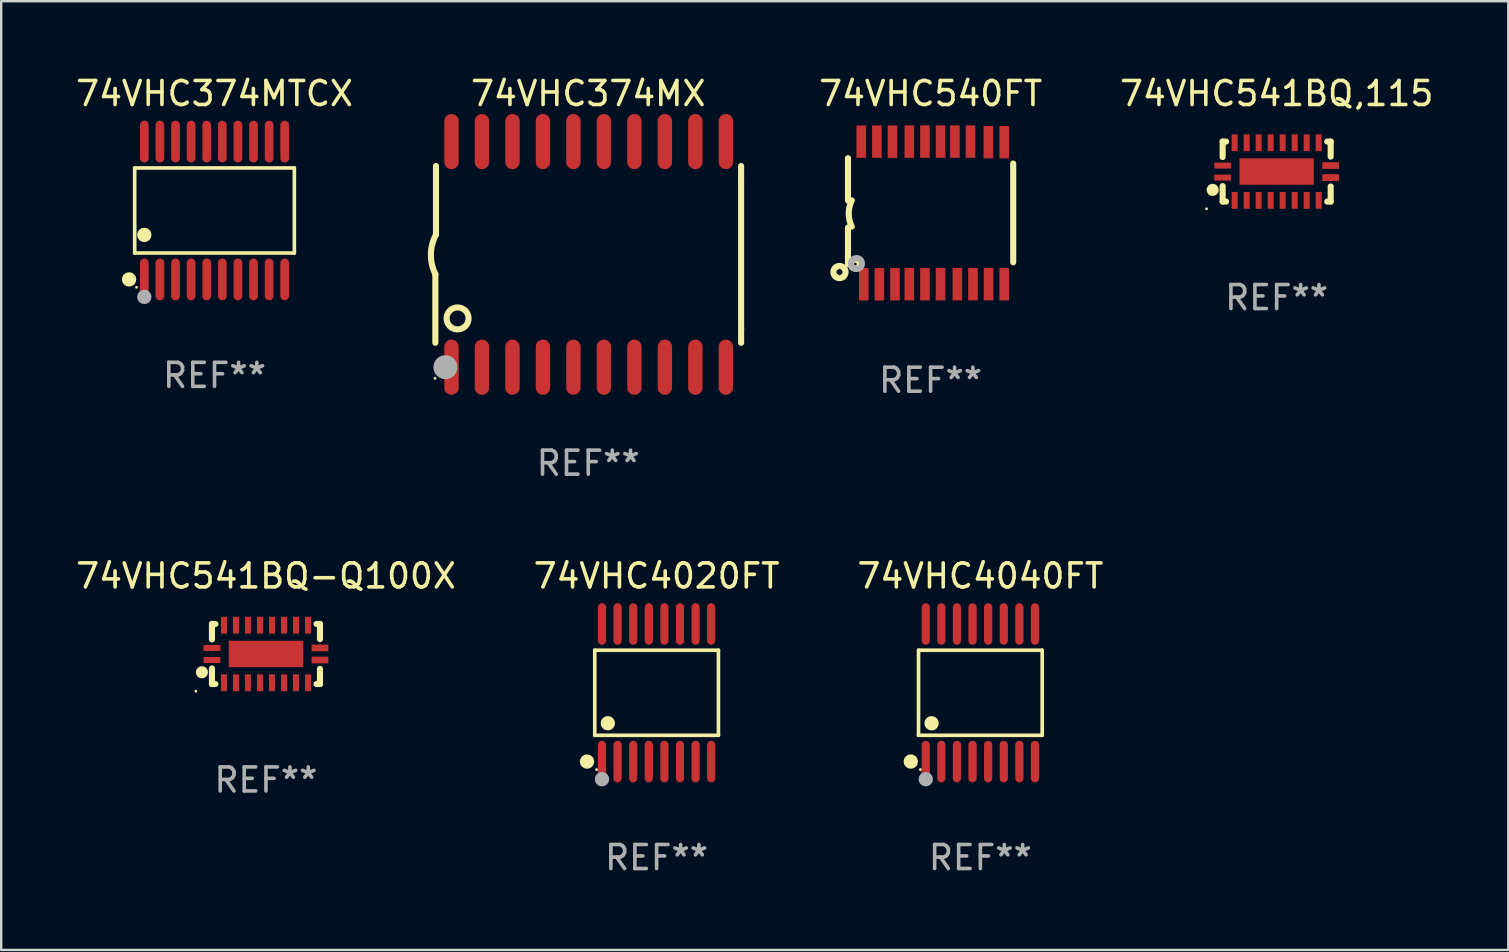
<source format=kicad_pcb>
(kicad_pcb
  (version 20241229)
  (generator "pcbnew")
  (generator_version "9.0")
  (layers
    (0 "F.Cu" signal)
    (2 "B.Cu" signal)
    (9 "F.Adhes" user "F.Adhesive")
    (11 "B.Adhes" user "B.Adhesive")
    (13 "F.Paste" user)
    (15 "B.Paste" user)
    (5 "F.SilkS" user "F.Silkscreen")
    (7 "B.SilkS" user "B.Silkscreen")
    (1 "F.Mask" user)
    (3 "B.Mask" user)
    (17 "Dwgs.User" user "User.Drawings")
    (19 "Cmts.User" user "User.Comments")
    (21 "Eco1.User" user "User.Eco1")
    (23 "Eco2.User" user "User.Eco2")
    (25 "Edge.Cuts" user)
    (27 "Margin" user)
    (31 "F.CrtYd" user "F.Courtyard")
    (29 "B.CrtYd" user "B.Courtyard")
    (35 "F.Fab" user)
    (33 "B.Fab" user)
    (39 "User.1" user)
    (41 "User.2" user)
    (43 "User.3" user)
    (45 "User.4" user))
  (footprint "74VHC374MTCX"
    (layer "F.Cu")
    (at 5.887 5.719)
    (property "Reference" "74VHC374MTCX" (at 0 -4.871 0) (layer "F.SilkS") (effects (font (size 1 1) (thickness 0.15))))
    (attr through_hole)
    (fp_line (start -3.326 -1.771) (end 3.326 -1.771) (stroke (width 0.152) (type solid)) (layer "F.SilkS"))
    (fp_line (start -3.326 1.771) (end -3.326 -1.771) (stroke (width 0.152) (type solid)) (layer "F.SilkS"))
    (fp_line (start 3.326 -1.771) (end 3.326 1.771) (stroke (width 0.152) (type solid)) (layer "F.SilkS"))
    (fp_line (start 3.326 1.771) (end -3.326 1.771) (stroke (width 0.152) (type solid)) (layer "F.SilkS"))
    (fp_circle (center -3.559 2.871) (end -3.409 2.871) (stroke (width 0.3) (type solid)) (fill no) (layer "F.SilkS"))
    (fp_circle (center -3.25 3.2) (end -3.22 3.2) (stroke (width 0.06) (type solid)) (fill no) (layer "F.SilkS"))
    (fp_circle (center -2.925 1.019) (end -2.775 1.019) (stroke (width 0.3) (type solid)) (fill no) (layer "F.SilkS"))
    (fp_circle (center -2.925 3.6) (end -2.775 3.6) (stroke (width 0.3) (type solid)) (fill no) (layer "F.Fab"))
    (fp_text user "REF**" (at 0 6.871 0) (layer "F.Fab") (effects (font (size 1 1) (thickness 0.15))))
    (pad "1" smd oval (at -2.925 2.871) (size 0.364 1.742) (layers "F.Cu" "F.Mask" "F.Paste"))
    (pad "2" smd oval (at -2.275 2.871) (size 0.364 1.742) (layers "F.Cu" "F.Mask" "F.Paste"))
    (pad "3" smd oval (at -1.625 2.871) (size 0.364 1.742) (layers "F.Cu" "F.Mask" "F.Paste"))
    (pad "4" smd oval (at -0.975 2.871) (size 0.364 1.742) (layers "F.Cu" "F.Mask" "F.Paste"))
    (pad "5" smd oval (at -0.325 2.871) (size 0.364 1.742) (layers "F.Cu" "F.Mask" "F.Paste"))
    (pad "6" smd oval (at 0.325 2.871) (size 0.364 1.742) (layers "F.Cu" "F.Mask" "F.Paste"))
    (pad "7" smd oval (at 0.975 2.871) (size 0.364 1.742) (layers "F.Cu" "F.Mask" "F.Paste"))
    (pad "8" smd oval (at 1.625 2.871) (size 0.364 1.742) (layers "F.Cu" "F.Mask" "F.Paste"))
    (pad "9" smd oval (at 2.275 2.871) (size 0.364 1.742) (layers "F.Cu" "F.Mask" "F.Paste"))
    (pad "10" smd oval (at 2.925 2.871) (size 0.364 1.742) (layers "F.Cu" "F.Mask" "F.Paste"))
    (pad "11" smd oval (at 2.925 -2.871) (size 0.364 1.742) (layers "F.Cu" "F.Mask" "F.Paste"))
    (pad "12" smd oval (at 2.275 -2.871) (size 0.364 1.742) (layers "F.Cu" "F.Mask" "F.Paste"))
    (pad "13" smd oval (at 1.625 -2.871) (size 0.364 1.742) (layers "F.Cu" "F.Mask" "F.Paste"))
    (pad "14" smd oval (at 0.975 -2.871) (size 0.364 1.742) (layers "F.Cu" "F.Mask" "F.Paste"))
    (pad "15" smd oval (at 0.325 -2.871) (size 0.364 1.742) (layers "F.Cu" "F.Mask" "F.Paste"))
    (pad "16" smd oval (at -0.325 -2.871) (size 0.364 1.742) (layers "F.Cu" "F.Mask" "F.Paste"))
    (pad "17" smd oval (at -0.975 -2.871) (size 0.364 1.742) (layers "F.Cu" "F.Mask" "F.Paste"))
    (pad "18" smd oval (at -1.625 -2.871) (size 0.364 1.742) (layers "F.Cu" "F.Mask" "F.Paste"))
    (pad "19" smd oval (at -2.275 -2.871) (size 0.364 1.742) (layers "F.Cu" "F.Mask" "F.Paste"))
    (pad "20" smd oval (at -2.925 -2.871) (size 0.364 1.742) (layers "F.Cu" "F.Mask" "F.Paste")))
  (footprint "74VHC374MX"
    (layer "F.Cu")
    (at 21.456 7.548)
    (property "Reference" "74VHC374MX" (at 0 -6.7 0) (layer "F.SilkS") (effects (font (size 1 1) (thickness 0.15))))
    (attr through_hole)
    (fp_line (start -6.369 0.826) (end -6.369 3.683) (stroke (width 0.254) (type solid)) (layer "F.SilkS"))
    (fp_line (start -6.343 -0.825) (end -6.343 -3.683) (stroke (width 0.254) (type solid)) (layer "F.SilkS"))
    (fp_line (start 6.369 -3.048) (end 6.369 -3.683) (stroke (width 0.254) (type solid)) (layer "F.SilkS"))
    (fp_line (start 6.369 -3.048) (end 6.369 3.096) (stroke (width 0.254) (type solid)) (layer "F.SilkS"))
    (fp_line (start 6.369 3.096) (end 6.369 3.683) (stroke (width 0.254) (type solid)) (layer "F.SilkS"))
    (fp_arc (start -6.36853 0.825552) (mid -6.554743 -0.00301) (end -6.343129 -0.825451) (stroke (width 0.254001) (type solid)) (layer "F.SilkS"))
    (fp_circle (center -6.382 5.163) (end -6.352 5.163) (stroke (width 0.06) (type solid)) (fill no) (layer "F.SilkS"))
    (fp_circle (center -5.443 2.667) (end -4.985 2.667) (stroke (width 0.254) (type solid)) (fill no) (layer "F.SilkS"))
    (fp_circle (center -5.951 4.699) (end -5.701 4.699) (stroke (width 0.5) (type solid)) (fill no) (layer "F.Fab"))
    (fp_text user "REF**" (at 0 8.7 0) (layer "F.Fab") (effects (font (size 1 1) (thickness 0.15))))
    (pad "1" smd oval (at -5.697 4.7 180) (size 0.6 2.3) (layers "F.Cu" "F.Mask" "F.Paste"))
    (pad "2" smd oval (at -4.427 4.7 180) (size 0.6 2.3) (layers "F.Cu" "F.Mask" "F.Paste"))
    (pad "3" smd oval (at -3.157 4.7 180) (size 0.6 2.3) (layers "F.Cu" "F.Mask" "F.Paste"))
    (pad "4" smd oval (at -1.887 4.7 180) (size 0.6 2.3) (layers "F.Cu" "F.Mask" "F.Paste"))
    (pad "5" smd oval (at -0.617 4.7 180) (size 0.6 2.3) (layers "F.Cu" "F.Mask" "F.Paste"))
    (pad "6" smd oval (at 0.653 4.7 180) (size 0.6 2.3) (layers "F.Cu" "F.Mask" "F.Paste"))
    (pad "7" smd oval (at 1.923 4.7 180) (size 0.6 2.3) (layers "F.Cu" "F.Mask" "F.Paste"))
    (pad "8" smd oval (at 3.193 4.7 180) (size 0.6 2.3) (layers "F.Cu" "F.Mask" "F.Paste"))
    (pad "9" smd oval (at 4.463 4.7 180) (size 0.6 2.3) (layers "F.Cu" "F.Mask" "F.Paste"))
    (pad "10" smd oval (at 5.734 4.7 180) (size 0.6 2.3) (layers "F.Cu" "F.Mask" "F.Paste"))
    (pad "11" smd oval (at 5.734 -4.7 180) (size 0.6 2.3) (layers "F.Cu" "F.Mask" "F.Paste"))
    (pad "12" smd oval (at 4.463 -4.7 180) (size 0.6 2.3) (layers "F.Cu" "F.Mask" "F.Paste"))
    (pad "13" smd oval (at 3.193 -4.7 180) (size 0.6 2.3) (layers "F.Cu" "F.Mask" "F.Paste"))
    (pad "14" smd oval (at 1.923 -4.7 180) (size 0.6 2.3) (layers "F.Cu" "F.Mask" "F.Paste"))
    (pad "15" smd oval (at 0.653 -4.7 180) (size 0.6 2.3) (layers "F.Cu" "F.Mask" "F.Paste"))
    (pad "16" smd oval (at -0.617 -4.7 180) (size 0.6 2.3) (layers "F.Cu" "F.Mask" "F.Paste"))
    (pad "17" smd oval (at -1.887 -4.7 180) (size 0.6 2.3) (layers "F.Cu" "F.Mask" "F.Paste"))
    (pad "18" smd oval (at -3.157 -4.7 180) (size 0.6 2.3) (layers "F.Cu" "F.Mask" "F.Paste"))
    (pad "19" smd oval (at -4.427 -4.7 180) (size 0.6 2.3) (layers "F.Cu" "F.Mask" "F.Paste"))
    (pad "20" smd oval (at -5.697 -4.7 180) (size 0.6 2.3) (layers "F.Cu" "F.Mask" "F.Paste")))
  (footprint "74VHC540FT"
    (layer "F.Cu")
    (at 35.719 5.82)
    (property "Reference" "74VHC540FT" (at 0 -4.972 0) (layer "F.SilkS") (effects (font (size 1 1) (thickness 0.15))))
    (attr through_hole)
    (fp_line (start -3.442 -0.514) (end -3.442 -2.28) (stroke (width 0.254) (type solid)) (layer "F.SilkS"))
    (fp_line (start -3.442 0.61) (end -3.442 2.134) (stroke (width 0.254) (type solid)) (layer "F.SilkS"))
    (fp_line (start 3.442 -2.057) (end 3.442 2.057) (stroke (width 0.254) (type solid)) (layer "F.SilkS"))
    (fp_arc (start -3.282957 0.571502) (mid -3.411874 0.0254) (end -3.282957 -0.520701) (stroke (width 0.254001) (type solid)) (layer "F.SilkS"))
    (fp_circle (center -3.797 2.464) (end -3.543 2.464) (stroke (width 0.254) (type solid)) (fill no) (layer "F.SilkS"))
    (fp_circle (center -3.137 2.134) (end -3.077 2.134) (stroke (width 0.254) (type solid)) (fill no) (layer "F.SilkS"))
    (fp_circle (center -3.086 2.108) (end -2.986 2.108) (stroke (width 0.254) (type solid)) (fill no) (layer "F.Fab"))
    (fp_text user "REF**" (at 0 6.972 0) (layer "F.Fab") (effects (font (size 1 1) (thickness 0.15))))
    (pad "1" smd rect (at -2.784 2.972 90) (size 1.35 0.4) (layers "F.Cu" "F.Mask" "F.Paste"))
    (pad "2" smd rect (at -2.134 2.972 270) (size 1.35 0.4) (layers "F.Cu" "F.Mask" "F.Paste"))
    (pad "3" smd rect (at -1.485 2.971 270) (size 1.35 0.4) (layers "F.Cu" "F.Mask" "F.Paste"))
    (pad "4" smd rect (at -0.886 2.971 270) (size 1.35 0.4) (layers "F.Cu" "F.Mask" "F.Paste"))
    (pad "5" smd rect (at -0.236 2.972 270) (size 1.35 0.4) (layers "F.Cu" "F.Mask" "F.Paste"))
    (pad "6" smd rect (at 0.414 2.97 270) (size 1.35 0.4) (layers "F.Cu" "F.Mask" "F.Paste"))
    (pad "7" smd rect (at 1.115 2.97 270) (size 1.35 0.4) (layers "F.Cu" "F.Mask" "F.Paste"))
    (pad "8" smd rect (at 1.765 2.969 270) (size 1.35 0.4) (layers "F.Cu" "F.Mask" "F.Paste"))
    (pad "9" smd rect (at 2.415 2.969 270) (size 1.35 0.4) (layers "F.Cu" "F.Mask" "F.Paste"))
    (pad "10" smd rect (at 3.066 2.972 270) (size 1.35 0.4) (layers "F.Cu" "F.Mask" "F.Paste"))
    (pad "11" smd rect (at 3.066 -2.947 270) (size 1.35 0.4) (layers "F.Cu" "F.Mask" "F.Paste"))
    (pad "12" smd rect (at 2.405 -2.947 270) (size 1.35 0.4) (layers "F.Cu" "F.Mask" "F.Paste"))
    (pad "13" smd rect (at 1.662 -2.972 90) (size 1.35 0.4) (layers "F.Cu" "F.Mask" "F.Paste"))
    (pad "14" smd rect (at 1.012 -2.972 90) (size 1.35 0.4) (layers "F.Cu" "F.Mask" "F.Paste"))
    (pad "15" smd rect (at 0.414 -2.971 90) (size 1.35 0.4) (layers "F.Cu" "F.Mask" "F.Paste"))
    (pad "16" smd rect (at -0.236 -2.972 90) (size 1.35 0.4) (layers "F.Cu" "F.Mask" "F.Paste"))
    (pad "17" smd rect (at -0.886 -2.97 90) (size 1.35 0.4) (layers "F.Cu" "F.Mask" "F.Paste"))
    (pad "18" smd rect (at -1.588 -2.97 90) (size 1.35 0.4) (layers "F.Cu" "F.Mask" "F.Paste"))
    (pad "19" smd rect (at -2.238 -2.97 90) (size 1.35 0.4) (layers "F.Cu" "F.Mask" "F.Paste"))
    (pad "20" smd rect (at -2.888 -2.969 90) (size 1.35 0.4) (layers "F.Cu" "F.Mask" "F.Paste")))
  (footprint "74VHC541BQ,115"
    (layer "F.Cu")
    (at 50.136 4.098)
    (property "Reference" "74VHC541BQ,115" (at 0 -3.25 0) (layer "F.SilkS") (effects (font (size 1 1) (thickness 0.15))))
    (attr through_hole)
    (fp_line (start -2.25 0.605) (end -2.25 1.25) (stroke (width 0.254) (type solid)) (layer "F.SilkS"))
    (fp_line (start -2.25 1.25) (end -2.107 1.25) (stroke (width 0.254) (type solid)) (layer "F.SilkS"))
    (fp_line (start -2.25 -1.25) (end -2.25 -0.606) (stroke (width 0.254) (type solid)) (layer "F.SilkS"))
    (fp_line (start -2.25 -1.25) (end -2.107 -1.25) (stroke (width 0.254) (type solid)) (layer "F.SilkS"))
    (fp_line (start 2.107 -1.25) (end 2.25 -1.25) (stroke (width 0.254) (type solid)) (layer "F.SilkS"))
    (fp_line (start 2.107 1.25) (end 2.25 1.25) (stroke (width 0.254) (type solid)) (layer "F.SilkS"))
    (fp_line (start 2.25 -1.25) (end 2.25 -0.622) (stroke (width 0.254) (type solid)) (layer "F.SilkS"))
    (fp_line (start 2.25 0.62) (end 2.25 1.25) (stroke (width 0.254) (type solid)) (layer "F.SilkS"))
    (fp_circle (center -2.921 1.55) (end -2.891 1.55) (stroke (width 0.06) (type solid)) (fill no) (layer "F.SilkS"))
    (fp_circle (center -2.667 0.762) (end -2.54 0.762) (stroke (width 0.254) (type solid)) (fill no) (layer "F.SilkS"))
    (fp_text user "REF**" (at 0 5.25 0) (layer "F.Fab") (effects (font (size 1 1) (thickness 0.15))))
    (pad "1" smd rect (at -2.25 0.25 180) (size 0.7 0.25) (layers "F.Cu" "F.Mask" "F.Paste"))
    (pad "2" smd rect (at -1.75 1.2 90) (size 0.7 0.25) (layers "F.Cu" "F.Mask" "F.Paste"))
    (pad "3" smd rect (at -1.25 1.2 90) (size 0.7 0.25) (layers "F.Cu" "F.Mask" "F.Paste"))
    (pad "4" smd rect (at -0.751 1.2 90) (size 0.7 0.25) (layers "F.Cu" "F.Mask" "F.Paste"))
    (pad "5" smd rect (at -0.25 1.2 90) (size 0.7 0.25) (layers "F.Cu" "F.Mask" "F.Paste"))
    (pad "6" smd rect (at 0.25 1.2 90) (size 0.7 0.25) (layers "F.Cu" "F.Mask" "F.Paste"))
    (pad "7" smd rect (at 0.751 1.2 90) (size 0.7 0.25) (layers "F.Cu" "F.Mask" "F.Paste"))
    (pad "8" smd rect (at 1.25 1.2 90) (size 0.7 0.25) (layers "F.Cu" "F.Mask" "F.Paste"))
    (pad "9" smd rect (at 1.75 1.2 90) (size 0.7 0.25) (layers "F.Cu" "F.Mask" "F.Paste"))
    (pad "10" smd rect (at 2.25 0.25 180) (size 0.7 0.28) (layers "F.Cu" "F.Mask" "F.Paste"))
    (pad "11" smd rect (at 2.25 -0.251 180) (size 0.7 0.28) (layers "F.Cu" "F.Mask" "F.Paste"))
    (pad "12" smd rect (at 1.75 -1.2 90) (size 0.7 0.25) (layers "F.Cu" "F.Mask" "F.Paste"))
    (pad "13" smd rect (at 1.25 -1.2 90) (size 0.7 0.25) (layers "F.Cu" "F.Mask" "F.Paste"))
    (pad "14" smd rect (at 0.751 -1.2 90) (size 0.7 0.25) (layers "F.Cu" "F.Mask" "F.Paste"))
    (pad "15" smd rect (at 0.25 -1.2 90) (size 0.7 0.25) (layers "F.Cu" "F.Mask" "F.Paste"))
    (pad "16" smd rect (at -0.25 -1.2 90) (size 0.7 0.25) (layers "F.Cu" "F.Mask" "F.Paste"))
    (pad "17" smd rect (at -0.751 -1.2 90) (size 0.7 0.25) (layers "F.Cu" "F.Mask" "F.Paste"))
    (pad "18" smd rect (at -1.25 -1.2 90) (size 0.7 0.25) (layers "F.Cu" "F.Mask" "F.Paste"))
    (pad "19" smd rect (at -1.75 -1.2 90) (size 0.7 0.25) (layers "F.Cu" "F.Mask" "F.Paste"))
    (pad "20" smd rect (at -2.25 -0.25 180) (size 0.7 0.25) (layers "F.Cu" "F.Mask" "F.Paste"))
    (pad "21" smd rect (at 0 -0.001 180) (size 3.1 1.1) (layers "F.Cu" "F.Mask" "F.Paste")))
  (footprint "74VHC4020FT"
    (layer "F.Cu")
    (at 24.304 25.811)
    (property "Reference" "74VHC4020FT" (at 0 -4.866 0) (layer "F.SilkS") (effects (font (size 1 1) (thickness 0.15))))
    (attr through_hole)
    (fp_line (start -2.576 -1.772) (end 2.576 -1.772) (stroke (width 0.152) (type solid)) (layer "F.SilkS"))
    (fp_line (start -2.576 1.771) (end -2.576 -1.772) (stroke (width 0.152) (type solid)) (layer "F.SilkS"))
    (fp_line (start 2.576 -1.772) (end 2.576 1.771) (stroke (width 0.152) (type solid)) (layer "F.SilkS"))
    (fp_line (start 2.576 1.771) (end -2.576 1.771) (stroke (width 0.152) (type solid)) (layer "F.SilkS"))
    (fp_circle (center -2.899 2.866) (end -2.749 2.866) (stroke (width 0.3) (type solid)) (fill no) (layer "F.SilkS"))
    (fp_circle (center -2.5 3.2) (end -2.47 3.2) (stroke (width 0.06) (type solid)) (fill no) (layer "F.SilkS"))
    (fp_circle (center -2.032 1.27) (end -1.882 1.27) (stroke (width 0.3) (type solid)) (fill no) (layer "F.SilkS"))
    (fp_circle (center -2.275 3.6) (end -2.125 3.6) (stroke (width 0.3) (type solid)) (fill no) (layer "F.Fab"))
    (fp_text user "REF**" (at 0 6.866 0) (layer "F.Fab") (effects (font (size 1 1) (thickness 0.15))))
    (pad "1" smd oval (at -2.275 2.866) (size 0.343 1.731) (layers "F.Cu" "F.Mask" "F.Paste"))
    (pad "2" smd oval (at -1.625 2.866) (size 0.343 1.731) (layers "F.Cu" "F.Mask" "F.Paste"))
    (pad "3" smd oval (at -0.975 2.866) (size 0.343 1.731) (layers "F.Cu" "F.Mask" "F.Paste"))
    (pad "4" smd oval (at -0.325 2.866) (size 0.343 1.731) (layers "F.Cu" "F.Mask" "F.Paste"))
    (pad "5" smd oval (at 0.325 2.866) (size 0.343 1.731) (layers "F.Cu" "F.Mask" "F.Paste"))
    (pad "6" smd oval (at 0.975 2.866) (size 0.343 1.731) (layers "F.Cu" "F.Mask" "F.Paste"))
    (pad "7" smd oval (at 1.625 2.866) (size 0.343 1.731) (layers "F.Cu" "F.Mask" "F.Paste"))
    (pad "8" smd oval (at 2.275 2.866) (size 0.343 1.731) (layers "F.Cu" "F.Mask" "F.Paste"))
    (pad "9" smd oval (at 2.275 -2.866) (size 0.343 1.731) (layers "F.Cu" "F.Mask" "F.Paste"))
    (pad "10" smd oval (at 1.625 -2.866) (size 0.343 1.731) (layers "F.Cu" "F.Mask" "F.Paste"))
    (pad "11" smd oval (at 0.975 -2.866) (size 0.343 1.731) (layers "F.Cu" "F.Mask" "F.Paste"))
    (pad "12" smd oval (at 0.325 -2.866) (size 0.343 1.731) (layers "F.Cu" "F.Mask" "F.Paste"))
    (pad "13" smd oval (at -0.325 -2.866) (size 0.343 1.731) (layers "F.Cu" "F.Mask" "F.Paste"))
    (pad "14" smd oval (at -0.975 -2.866) (size 0.343 1.731) (layers "F.Cu" "F.Mask" "F.Paste"))
    (pad "15" smd oval (at -1.625 -2.866) (size 0.343 1.731) (layers "F.Cu" "F.Mask" "F.Paste"))
    (pad "16" smd oval (at -2.275 -2.866) (size 0.343 1.731) (layers "F.Cu" "F.Mask" "F.Paste")))
  (footprint "74VHC4040FT"
    (layer "F.Cu")
    (at 37.792 25.811)
    (property "Reference" "74VHC4040FT" (at 0 -4.866 0) (layer "F.SilkS") (effects (font (size 1 1) (thickness 0.15))))
    (attr through_hole)
    (fp_line (start -2.576 -1.772) (end 2.576 -1.772) (stroke (width 0.152) (type solid)) (layer "F.SilkS"))
    (fp_line (start -2.576 1.771) (end -2.576 -1.772) (stroke (width 0.152) (type solid)) (layer "F.SilkS"))
    (fp_line (start 2.576 -1.772) (end 2.576 1.771) (stroke (width 0.152) (type solid)) (layer "F.SilkS"))
    (fp_line (start 2.576 1.771) (end -2.576 1.771) (stroke (width 0.152) (type solid)) (layer "F.SilkS"))
    (fp_circle (center -2.899 2.866) (end -2.749 2.866) (stroke (width 0.3) (type solid)) (fill no) (layer "F.SilkS"))
    (fp_circle (center -2.5 3.2) (end -2.47 3.2) (stroke (width 0.06) (type solid)) (fill no) (layer "F.SilkS"))
    (fp_circle (center -2.032 1.27) (end -1.882 1.27) (stroke (width 0.3) (type solid)) (fill no) (layer "F.SilkS"))
    (fp_circle (center -2.275 3.6) (end -2.125 3.6) (stroke (width 0.3) (type solid)) (fill no) (layer "F.Fab"))
    (fp_text user "REF**" (at 0 6.866 0) (layer "F.Fab") (effects (font (size 1 1) (thickness 0.15))))
    (pad "1" smd oval (at -2.275 2.866) (size 0.343 1.731) (layers "F.Cu" "F.Mask" "F.Paste"))
    (pad "2" smd oval (at -1.625 2.866) (size 0.343 1.731) (layers "F.Cu" "F.Mask" "F.Paste"))
    (pad "3" smd oval (at -0.975 2.866) (size 0.343 1.731) (layers "F.Cu" "F.Mask" "F.Paste"))
    (pad "4" smd oval (at -0.325 2.866) (size 0.343 1.731) (layers "F.Cu" "F.Mask" "F.Paste"))
    (pad "5" smd oval (at 0.325 2.866) (size 0.343 1.731) (layers "F.Cu" "F.Mask" "F.Paste"))
    (pad "6" smd oval (at 0.975 2.866) (size 0.343 1.731) (layers "F.Cu" "F.Mask" "F.Paste"))
    (pad "7" smd oval (at 1.625 2.866) (size 0.343 1.731) (layers "F.Cu" "F.Mask" "F.Paste"))
    (pad "8" smd oval (at 2.275 2.866) (size 0.343 1.731) (layers "F.Cu" "F.Mask" "F.Paste"))
    (pad "9" smd oval (at 2.275 -2.866) (size 0.343 1.731) (layers "F.Cu" "F.Mask" "F.Paste"))
    (pad "10" smd oval (at 1.625 -2.866) (size 0.343 1.731) (layers "F.Cu" "F.Mask" "F.Paste"))
    (pad "11" smd oval (at 0.975 -2.866) (size 0.343 1.731) (layers "F.Cu" "F.Mask" "F.Paste"))
    (pad "12" smd oval (at 0.325 -2.866) (size 0.343 1.731) (layers "F.Cu" "F.Mask" "F.Paste"))
    (pad "13" smd oval (at -0.325 -2.866) (size 0.343 1.731) (layers "F.Cu" "F.Mask" "F.Paste"))
    (pad "14" smd oval (at -0.975 -2.866) (size 0.343 1.731) (layers "F.Cu" "F.Mask" "F.Paste"))
    (pad "15" smd oval (at -1.625 -2.866) (size 0.343 1.731) (layers "F.Cu" "F.Mask" "F.Paste"))
    (pad "16" smd oval (at -2.275 -2.866) (size 0.343 1.731) (layers "F.Cu" "F.Mask" "F.Paste")))
  (footprint "74VHC541BQ-Q100X"
    (layer "F.Cu")
    (at 8.03 24.195)
    (property "Reference" "74VHC541BQ-Q100X" (at 0 -3.25 0) (layer "F.SilkS") (effects (font (size 1 1) (thickness 0.15))))
    (attr through_hole)
    (fp_line (start -2.25 0.605) (end -2.25 1.25) (stroke (width 0.254) (type solid)) (layer "F.SilkS"))
    (fp_line (start -2.25 1.25) (end -2.107 1.25) (stroke (width 0.254) (type solid)) (layer "F.SilkS"))
    (fp_line (start -2.25 -1.25) (end -2.25 -0.606) (stroke (width 0.254) (type solid)) (layer "F.SilkS"))
    (fp_line (start -2.25 -1.25) (end -2.107 -1.25) (stroke (width 0.254) (type solid)) (layer "F.SilkS"))
    (fp_line (start 2.107 -1.25) (end 2.25 -1.25) (stroke (width 0.254) (type solid)) (layer "F.SilkS"))
    (fp_line (start 2.107 1.25) (end 2.25 1.25) (stroke (width 0.254) (type solid)) (layer "F.SilkS"))
    (fp_line (start 2.25 -1.25) (end 2.25 -0.622) (stroke (width 0.254) (type solid)) (layer "F.SilkS"))
    (fp_line (start 2.25 0.62) (end 2.25 1.25) (stroke (width 0.254) (type solid)) (layer "F.SilkS"))
    (fp_circle (center -2.921 1.55) (end -2.891 1.55) (stroke (width 0.06) (type solid)) (fill no) (layer "F.SilkS"))
    (fp_circle (center -2.667 0.762) (end -2.54 0.762) (stroke (width 0.254) (type solid)) (fill no) (layer "F.SilkS"))
    (fp_text user "REF**" (at 0 5.25 0) (layer "F.Fab") (effects (font (size 1 1) (thickness 0.15))))
    (pad "1" smd rect (at -2.25 0.25 180) (size 0.7 0.25) (layers "F.Cu" "F.Mask" "F.Paste"))
    (pad "2" smd rect (at -1.75 1.2 90) (size 0.7 0.25) (layers "F.Cu" "F.Mask" "F.Paste"))
    (pad "3" smd rect (at -1.25 1.2 90) (size 0.7 0.25) (layers "F.Cu" "F.Mask" "F.Paste"))
    (pad "4" smd rect (at -0.751 1.2 90) (size 0.7 0.25) (layers "F.Cu" "F.Mask" "F.Paste"))
    (pad "5" smd rect (at -0.25 1.2 90) (size 0.7 0.25) (layers "F.Cu" "F.Mask" "F.Paste"))
    (pad "6" smd rect (at 0.25 1.2 90) (size 0.7 0.25) (layers "F.Cu" "F.Mask" "F.Paste"))
    (pad "7" smd rect (at 0.751 1.2 90) (size 0.7 0.25) (layers "F.Cu" "F.Mask" "F.Paste"))
    (pad "8" smd rect (at 1.25 1.2 90) (size 0.7 0.25) (layers "F.Cu" "F.Mask" "F.Paste"))
    (pad "9" smd rect (at 1.75 1.2 90) (size 0.7 0.25) (layers "F.Cu" "F.Mask" "F.Paste"))
    (pad "10" smd rect (at 2.25 0.25 180) (size 0.7 0.28) (layers "F.Cu" "F.Mask" "F.Paste"))
    (pad "11" smd rect (at 2.25 -0.251 180) (size 0.7 0.28) (layers "F.Cu" "F.Mask" "F.Paste"))
    (pad "12" smd rect (at 1.75 -1.2 90) (size 0.7 0.25) (layers "F.Cu" "F.Mask" "F.Paste"))
    (pad "13" smd rect (at 1.25 -1.2 90) (size 0.7 0.25) (layers "F.Cu" "F.Mask" "F.Paste"))
    (pad "14" smd rect (at 0.751 -1.2 90) (size 0.7 0.25) (layers "F.Cu" "F.Mask" "F.Paste"))
    (pad "15" smd rect (at 0.25 -1.2 90) (size 0.7 0.25) (layers "F.Cu" "F.Mask" "F.Paste"))
    (pad "16" smd rect (at -0.25 -1.2 90) (size 0.7 0.25) (layers "F.Cu" "F.Mask" "F.Paste"))
    (pad "17" smd rect (at -0.751 -1.2 90) (size 0.7 0.25) (layers "F.Cu" "F.Mask" "F.Paste"))
    (pad "18" smd rect (at -1.25 -1.2 90) (size 0.7 0.25) (layers "F.Cu" "F.Mask" "F.Paste"))
    (pad "19" smd rect (at -1.75 -1.2 90) (size 0.7 0.25) (layers "F.Cu" "F.Mask" "F.Paste"))
    (pad "20" smd rect (at -2.25 -0.25 180) (size 0.7 0.25) (layers "F.Cu" "F.Mask" "F.Paste"))
    (pad "21" smd rect (at 0 -0.001 180) (size 3.1 1.1) (layers "F.Cu" "F.Mask" "F.Paste")))
  (gr_rect
    (start -3 -3)
    (end 59.785 36.525)
    (stroke (width 0.1) (type default))
    (fill no)
    (layer "Edge.Cuts")))
</source>
